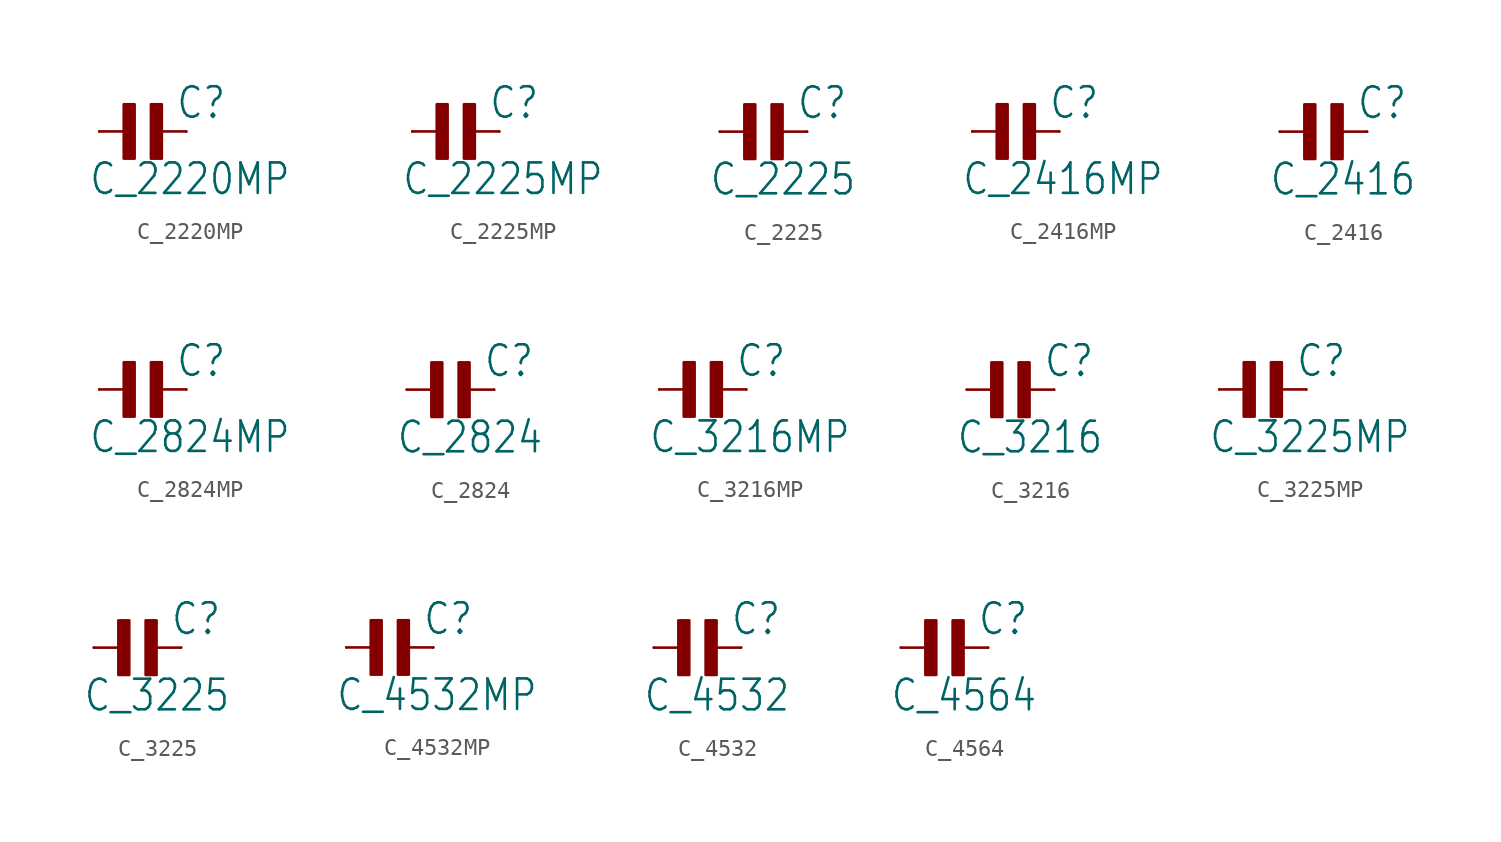
<source format=kicad_sym>
(kicad_symbol_lib
  (version 20211014)
  (generator kicad_symbol_editor)
  (symbol "C_2220MP"
    (property "Reference" "C"
      (at 1.905 0.635 0)
      (effects (font (size 1.778 1.511)) (justify left bottom)))
    (property "Value" "C_2220MP"
      (at -3.175 -3.81 0)
      (effects (font (size 1.778 1.511)) (justify left bottom)))
    (property "ki_locked" ""
      (at 0 0 0)
      (effects (font (size 1.27 1.27))))
    (symbol "C_2220MP_1_0"
      (rectangle (start -1.111 -1.587) (end -0.476 1.587) (stroke (width 0) (type default) (color 0 0 0 0)) (fill (type outline)))
      (polyline (pts (xy -2.54 0) (xy -0.635 0)) (stroke (width 0.152) (type default) (color 0 0 0 0)) (fill (type none)))
      (polyline (pts (xy 2.54 0) (xy 0.635 0)) (stroke (width 0.152) (type default) (color 0 0 0 0)) (fill (type none)))
      (rectangle (start 0.476 -1.587) (end 1.111 1.587) (stroke (width 0) (type default) (color 0 0 0 0)) (fill (type outline)))
      (pin passive line (at -2.54 0 0) (length 0) (name "1" (effects (font (size 0 0)))) (number "1" (effects (font (size 0 0)))))
      (pin passive line (at 2.54 0 180) (length 0) (name "2" (effects (font (size 0 0)))) (number "2" (effects (font (size 0 0)))))))
  (symbol "C_2225MP"
    (property "Reference" "C"
      (at 1.905 0.635 0)
      (effects (font (size 1.778 1.511)) (justify left bottom)))
    (property "Value" "C_2225MP"
      (at -3.175 -3.81 0)
      (effects (font (size 1.778 1.511)) (justify left bottom)))
    (property "ki_locked" ""
      (at 0 0 0)
      (effects (font (size 1.27 1.27))))
    (symbol "C_2225MP_1_0"
      (rectangle (start -1.111 -1.587) (end -0.476 1.587) (stroke (width 0) (type default) (color 0 0 0 0)) (fill (type outline)))
      (polyline (pts (xy -2.54 0) (xy -0.635 0)) (stroke (width 0.152) (type default) (color 0 0 0 0)) (fill (type none)))
      (polyline (pts (xy 2.54 0) (xy 0.635 0)) (stroke (width 0.152) (type default) (color 0 0 0 0)) (fill (type none)))
      (rectangle (start 0.476 -1.587) (end 1.111 1.587) (stroke (width 0) (type default) (color 0 0 0 0)) (fill (type outline)))
      (pin passive line (at -2.54 0 0) (length 0) (name "1" (effects (font (size 0 0)))) (number "1" (effects (font (size 0 0)))))
      (pin passive line (at 2.54 0 180) (length 0) (name "2" (effects (font (size 0 0)))) (number "2" (effects (font (size 0 0)))))))
  (symbol "C_2225"
    (property "Reference" "C"
      (at 1.905 0.635 0)
      (effects (font (size 1.778 1.511)) (justify left bottom)))
    (property "Value" "C_2225"
      (at -3.175 -3.81 0)
      (effects (font (size 1.778 1.511)) (justify left bottom)))
    (property "ki_locked" ""
      (at 0 0 0)
      (effects (font (size 1.27 1.27))))
    (symbol "C_2225_1_0"
      (rectangle (start -1.111 -1.587) (end -0.476 1.587) (stroke (width 0) (type default) (color 0 0 0 0)) (fill (type outline)))
      (polyline (pts (xy -2.54 0) (xy -0.635 0)) (stroke (width 0.152) (type default) (color 0 0 0 0)) (fill (type none)))
      (polyline (pts (xy 2.54 0) (xy 0.635 0)) (stroke (width 0.152) (type default) (color 0 0 0 0)) (fill (type none)))
      (rectangle (start 0.476 -1.587) (end 1.111 1.587) (stroke (width 0) (type default) (color 0 0 0 0)) (fill (type outline)))
      (pin passive line (at -2.54 0 0) (length 0) (name "1" (effects (font (size 0 0)))) (number "1" (effects (font (size 0 0)))))
      (pin passive line (at 2.54 0 180) (length 0) (name "2" (effects (font (size 0 0)))) (number "2" (effects (font (size 0 0)))))))
  (symbol "C_2416MP"
    (property "Reference" "C"
      (at 1.905 0.635 0)
      (effects (font (size 1.778 1.511)) (justify left bottom)))
    (property "Value" "C_2416MP"
      (at -3.175 -3.81 0)
      (effects (font (size 1.778 1.511)) (justify left bottom)))
    (property "ki_locked" ""
      (at 0 0 0)
      (effects (font (size 1.27 1.27))))
    (symbol "C_2416MP_1_0"
      (rectangle (start -1.111 -1.587) (end -0.476 1.587) (stroke (width 0) (type default) (color 0 0 0 0)) (fill (type outline)))
      (polyline (pts (xy -2.54 0) (xy -0.635 0)) (stroke (width 0.152) (type default) (color 0 0 0 0)) (fill (type none)))
      (polyline (pts (xy 2.54 0) (xy 0.635 0)) (stroke (width 0.152) (type default) (color 0 0 0 0)) (fill (type none)))
      (rectangle (start 0.476 -1.587) (end 1.111 1.587) (stroke (width 0) (type default) (color 0 0 0 0)) (fill (type outline)))
      (pin passive line (at -2.54 0 0) (length 0) (name "1" (effects (font (size 0 0)))) (number "1" (effects (font (size 0 0)))))
      (pin passive line (at 2.54 0 180) (length 0) (name "2" (effects (font (size 0 0)))) (number "2" (effects (font (size 0 0)))))))
  (symbol "C_2416"
    (property "Reference" "C"
      (at 1.905 0.635 0)
      (effects (font (size 1.778 1.511)) (justify left bottom)))
    (property "Value" "C_2416"
      (at -3.175 -3.81 0)
      (effects (font (size 1.778 1.511)) (justify left bottom)))
    (property "ki_locked" ""
      (at 0 0 0)
      (effects (font (size 1.27 1.27))))
    (symbol "C_2416_1_0"
      (rectangle (start -1.111 -1.587) (end -0.476 1.587) (stroke (width 0) (type default) (color 0 0 0 0)) (fill (type outline)))
      (polyline (pts (xy -2.54 0) (xy -0.635 0)) (stroke (width 0.152) (type default) (color 0 0 0 0)) (fill (type none)))
      (polyline (pts (xy 2.54 0) (xy 0.635 0)) (stroke (width 0.152) (type default) (color 0 0 0 0)) (fill (type none)))
      (rectangle (start 0.476 -1.587) (end 1.111 1.587) (stroke (width 0) (type default) (color 0 0 0 0)) (fill (type outline)))
      (pin passive line (at -2.54 0 0) (length 0) (name "1" (effects (font (size 0 0)))) (number "1" (effects (font (size 0 0)))))
      (pin passive line (at 2.54 0 180) (length 0) (name "2" (effects (font (size 0 0)))) (number "2" (effects (font (size 0 0)))))))
  (symbol "C_2824MP"
    (property "Reference" "C"
      (at 1.905 0.635 0)
      (effects (font (size 1.778 1.511)) (justify left bottom)))
    (property "Value" "C_2824MP"
      (at -3.175 -3.81 0)
      (effects (font (size 1.778 1.511)) (justify left bottom)))
    (property "ki_locked" ""
      (at 0 0 0)
      (effects (font (size 1.27 1.27))))
    (symbol "C_2824MP_1_0"
      (rectangle (start -1.111 -1.587) (end -0.476 1.587) (stroke (width 0) (type default) (color 0 0 0 0)) (fill (type outline)))
      (polyline (pts (xy -2.54 0) (xy -0.635 0)) (stroke (width 0.152) (type default) (color 0 0 0 0)) (fill (type none)))
      (polyline (pts (xy 2.54 0) (xy 0.635 0)) (stroke (width 0.152) (type default) (color 0 0 0 0)) (fill (type none)))
      (rectangle (start 0.476 -1.587) (end 1.111 1.587) (stroke (width 0) (type default) (color 0 0 0 0)) (fill (type outline)))
      (pin passive line (at -2.54 0 0) (length 0) (name "1" (effects (font (size 0 0)))) (number "1" (effects (font (size 0 0)))))
      (pin passive line (at 2.54 0 180) (length 0) (name "2" (effects (font (size 0 0)))) (number "2" (effects (font (size 0 0)))))))
  (symbol "C_2824"
    (property "Reference" "C"
      (at 1.905 0.635 0)
      (effects (font (size 1.778 1.511)) (justify left bottom)))
    (property "Value" "C_2824"
      (at -3.175 -3.81 0)
      (effects (font (size 1.778 1.511)) (justify left bottom)))
    (property "ki_locked" ""
      (at 0 0 0)
      (effects (font (size 1.27 1.27))))
    (symbol "C_2824_1_0"
      (rectangle (start -1.111 -1.587) (end -0.476 1.587) (stroke (width 0) (type default) (color 0 0 0 0)) (fill (type outline)))
      (polyline (pts (xy -2.54 0) (xy -0.635 0)) (stroke (width 0.152) (type default) (color 0 0 0 0)) (fill (type none)))
      (polyline (pts (xy 2.54 0) (xy 0.635 0)) (stroke (width 0.152) (type default) (color 0 0 0 0)) (fill (type none)))
      (rectangle (start 0.476 -1.587) (end 1.111 1.587) (stroke (width 0) (type default) (color 0 0 0 0)) (fill (type outline)))
      (pin passive line (at -2.54 0 0) (length 0) (name "1" (effects (font (size 0 0)))) (number "1" (effects (font (size 0 0)))))
      (pin passive line (at 2.54 0 180) (length 0) (name "2" (effects (font (size 0 0)))) (number "2" (effects (font (size 0 0)))))))
  (symbol "C_3216MP"
    (property "Reference" "C"
      (at 1.905 0.635 0)
      (effects (font (size 1.778 1.511)) (justify left bottom)))
    (property "Value" "C_3216MP"
      (at -3.175 -3.81 0)
      (effects (font (size 1.778 1.511)) (justify left bottom)))
    (property "ki_locked" ""
      (at 0 0 0)
      (effects (font (size 1.27 1.27))))
    (symbol "C_3216MP_1_0"
      (rectangle (start -1.111 -1.587) (end -0.476 1.587) (stroke (width 0) (type default) (color 0 0 0 0)) (fill (type outline)))
      (polyline (pts (xy -2.54 0) (xy -0.635 0)) (stroke (width 0.152) (type default) (color 0 0 0 0)) (fill (type none)))
      (polyline (pts (xy 2.54 0) (xy 0.635 0)) (stroke (width 0.152) (type default) (color 0 0 0 0)) (fill (type none)))
      (rectangle (start 0.476 -1.587) (end 1.111 1.587) (stroke (width 0) (type default) (color 0 0 0 0)) (fill (type outline)))
      (pin passive line (at -2.54 0 0) (length 0) (name "1" (effects (font (size 0 0)))) (number "1" (effects (font (size 0 0)))))
      (pin passive line (at 2.54 0 180) (length 0) (name "2" (effects (font (size 0 0)))) (number "2" (effects (font (size 0 0)))))))
  (symbol "C_3216"
    (property "Reference" "C"
      (at 1.905 0.635 0)
      (effects (font (size 1.778 1.511)) (justify left bottom)))
    (property "Value" "C_3216"
      (at -3.175 -3.81 0)
      (effects (font (size 1.778 1.511)) (justify left bottom)))
    (property "ki_locked" ""
      (at 0 0 0)
      (effects (font (size 1.27 1.27))))
    (symbol "C_3216_1_0"
      (rectangle (start -1.111 -1.587) (end -0.476 1.587) (stroke (width 0) (type default) (color 0 0 0 0)) (fill (type outline)))
      (polyline (pts (xy -2.54 0) (xy -0.635 0)) (stroke (width 0.152) (type default) (color 0 0 0 0)) (fill (type none)))
      (polyline (pts (xy 2.54 0) (xy 0.635 0)) (stroke (width 0.152) (type default) (color 0 0 0 0)) (fill (type none)))
      (rectangle (start 0.476 -1.587) (end 1.111 1.587) (stroke (width 0) (type default) (color 0 0 0 0)) (fill (type outline)))
      (pin passive line (at -2.54 0 0) (length 0) (name "1" (effects (font (size 0 0)))) (number "1" (effects (font (size 0 0)))))
      (pin passive line (at 2.54 0 180) (length 0) (name "2" (effects (font (size 0 0)))) (number "2" (effects (font (size 0 0)))))))
  (symbol "C_3225MP"
    (property "Reference" "C"
      (at 1.905 0.635 0)
      (effects (font (size 1.778 1.511)) (justify left bottom)))
    (property "Value" "C_3225MP"
      (at -3.175 -3.81 0)
      (effects (font (size 1.778 1.511)) (justify left bottom)))
    (property "ki_locked" ""
      (at 0 0 0)
      (effects (font (size 1.27 1.27))))
    (symbol "C_3225MP_1_0"
      (rectangle (start -1.111 -1.587) (end -0.476 1.587) (stroke (width 0) (type default) (color 0 0 0 0)) (fill (type outline)))
      (polyline (pts (xy -2.54 0) (xy -0.635 0)) (stroke (width 0.152) (type default) (color 0 0 0 0)) (fill (type none)))
      (polyline (pts (xy 2.54 0) (xy 0.635 0)) (stroke (width 0.152) (type default) (color 0 0 0 0)) (fill (type none)))
      (rectangle (start 0.476 -1.587) (end 1.111 1.587) (stroke (width 0) (type default) (color 0 0 0 0)) (fill (type outline)))
      (pin passive line (at -2.54 0 0) (length 0) (name "1" (effects (font (size 0 0)))) (number "1" (effects (font (size 0 0)))))
      (pin passive line (at 2.54 0 180) (length 0) (name "2" (effects (font (size 0 0)))) (number "2" (effects (font (size 0 0)))))))
  (symbol "C_3225"
    (property "Reference" "C"
      (at 1.905 0.635 0)
      (effects (font (size 1.778 1.511)) (justify left bottom)))
    (property "Value" "C_3225"
      (at -3.175 -3.81 0)
      (effects (font (size 1.778 1.511)) (justify left bottom)))
    (property "ki_locked" ""
      (at 0 0 0)
      (effects (font (size 1.27 1.27))))
    (symbol "C_3225_1_0"
      (rectangle (start -1.111 -1.587) (end -0.476 1.587) (stroke (width 0) (type default) (color 0 0 0 0)) (fill (type outline)))
      (polyline (pts (xy -2.54 0) (xy -0.635 0)) (stroke (width 0.152) (type default) (color 0 0 0 0)) (fill (type none)))
      (polyline (pts (xy 2.54 0) (xy 0.635 0)) (stroke (width 0.152) (type default) (color 0 0 0 0)) (fill (type none)))
      (rectangle (start 0.476 -1.587) (end 1.111 1.587) (stroke (width 0) (type default) (color 0 0 0 0)) (fill (type outline)))
      (pin passive line (at -2.54 0 0) (length 0) (name "1" (effects (font (size 0 0)))) (number "1" (effects (font (size 0 0)))))
      (pin passive line (at 2.54 0 180) (length 0) (name "2" (effects (font (size 0 0)))) (number "2" (effects (font (size 0 0)))))))
  (symbol "C_4532MP"
    (property "Reference" "C"
      (at 1.905 0.635 0)
      (effects (font (size 1.778 1.511)) (justify left bottom)))
    (property "Value" "C_4532MP"
      (at -3.175 -3.81 0)
      (effects (font (size 1.778 1.511)) (justify left bottom)))
    (property "ki_locked" ""
      (at 0 0 0)
      (effects (font (size 1.27 1.27))))
    (symbol "C_4532MP_1_0"
      (rectangle (start -1.111 -1.587) (end -0.476 1.587) (stroke (width 0) (type default) (color 0 0 0 0)) (fill (type outline)))
      (polyline (pts (xy -2.54 0) (xy -0.635 0)) (stroke (width 0.152) (type default) (color 0 0 0 0)) (fill (type none)))
      (polyline (pts (xy 2.54 0) (xy 0.635 0)) (stroke (width 0.152) (type default) (color 0 0 0 0)) (fill (type none)))
      (rectangle (start 0.476 -1.587) (end 1.111 1.587) (stroke (width 0) (type default) (color 0 0 0 0)) (fill (type outline)))
      (pin passive line (at -2.54 0 0) (length 0) (name "1" (effects (font (size 0 0)))) (number "1" (effects (font (size 0 0)))))
      (pin passive line (at 2.54 0 180) (length 0) (name "2" (effects (font (size 0 0)))) (number "2" (effects (font (size 0 0)))))))
  (symbol "C_4532"
    (property "Reference" "C"
      (at 1.905 0.635 0)
      (effects (font (size 1.778 1.511)) (justify left bottom)))
    (property "Value" "C_4532"
      (at -3.175 -3.81 0)
      (effects (font (size 1.778 1.511)) (justify left bottom)))
    (property "ki_locked" ""
      (at 0 0 0)
      (effects (font (size 1.27 1.27))))
    (symbol "C_4532_1_0"
      (rectangle (start -1.111 -1.587) (end -0.476 1.587) (stroke (width 0) (type default) (color 0 0 0 0)) (fill (type outline)))
      (polyline (pts (xy -2.54 0) (xy -0.635 0)) (stroke (width 0.152) (type default) (color 0 0 0 0)) (fill (type none)))
      (polyline (pts (xy 2.54 0) (xy 0.635 0)) (stroke (width 0.152) (type default) (color 0 0 0 0)) (fill (type none)))
      (rectangle (start 0.476 -1.587) (end 1.111 1.587) (stroke (width 0) (type default) (color 0 0 0 0)) (fill (type outline)))
      (pin passive line (at -2.54 0 0) (length 0) (name "1" (effects (font (size 0 0)))) (number "1" (effects (font (size 0 0)))))
      (pin passive line (at 2.54 0 180) (length 0) (name "2" (effects (font (size 0 0)))) (number "2" (effects (font (size 0 0)))))))
  (symbol "C_4564"
    (property "Reference" "C"
      (at 1.905 0.635 0)
      (effects (font (size 1.778 1.511)) (justify left bottom)))
    (property "Value" "C_4564"
      (at -3.175 -3.81 0)
      (effects (font (size 1.778 1.511)) (justify left bottom)))
    (property "ki_locked" ""
      (at 0 0 0)
      (effects (font (size 1.27 1.27))))
    (symbol "C_4564_1_0"
      (rectangle (start -1.111 -1.587) (end -0.476 1.587) (stroke (width 0) (type default) (color 0 0 0 0)) (fill (type outline)))
      (polyline (pts (xy -2.54 0) (xy -0.635 0)) (stroke (width 0.152) (type default) (color 0 0 0 0)) (fill (type none)))
      (polyline (pts (xy 2.54 0) (xy 0.635 0)) (stroke (width 0.152) (type default) (color 0 0 0 0)) (fill (type none)))
      (rectangle (start 0.476 -1.587) (end 1.111 1.587) (stroke (width 0) (type default) (color 0 0 0 0)) (fill (type outline)))
      (pin passive line (at -2.54 0 0) (length 0) (name "1" (effects (font (size 0 0)))) (number "1" (effects (font (size 0 0)))))
      (pin passive line (at 2.54 0 180) (length 0) (name "2" (effects (font (size 0 0)))) (number "2" (effects (font (size 0 0))))))))
</source>
